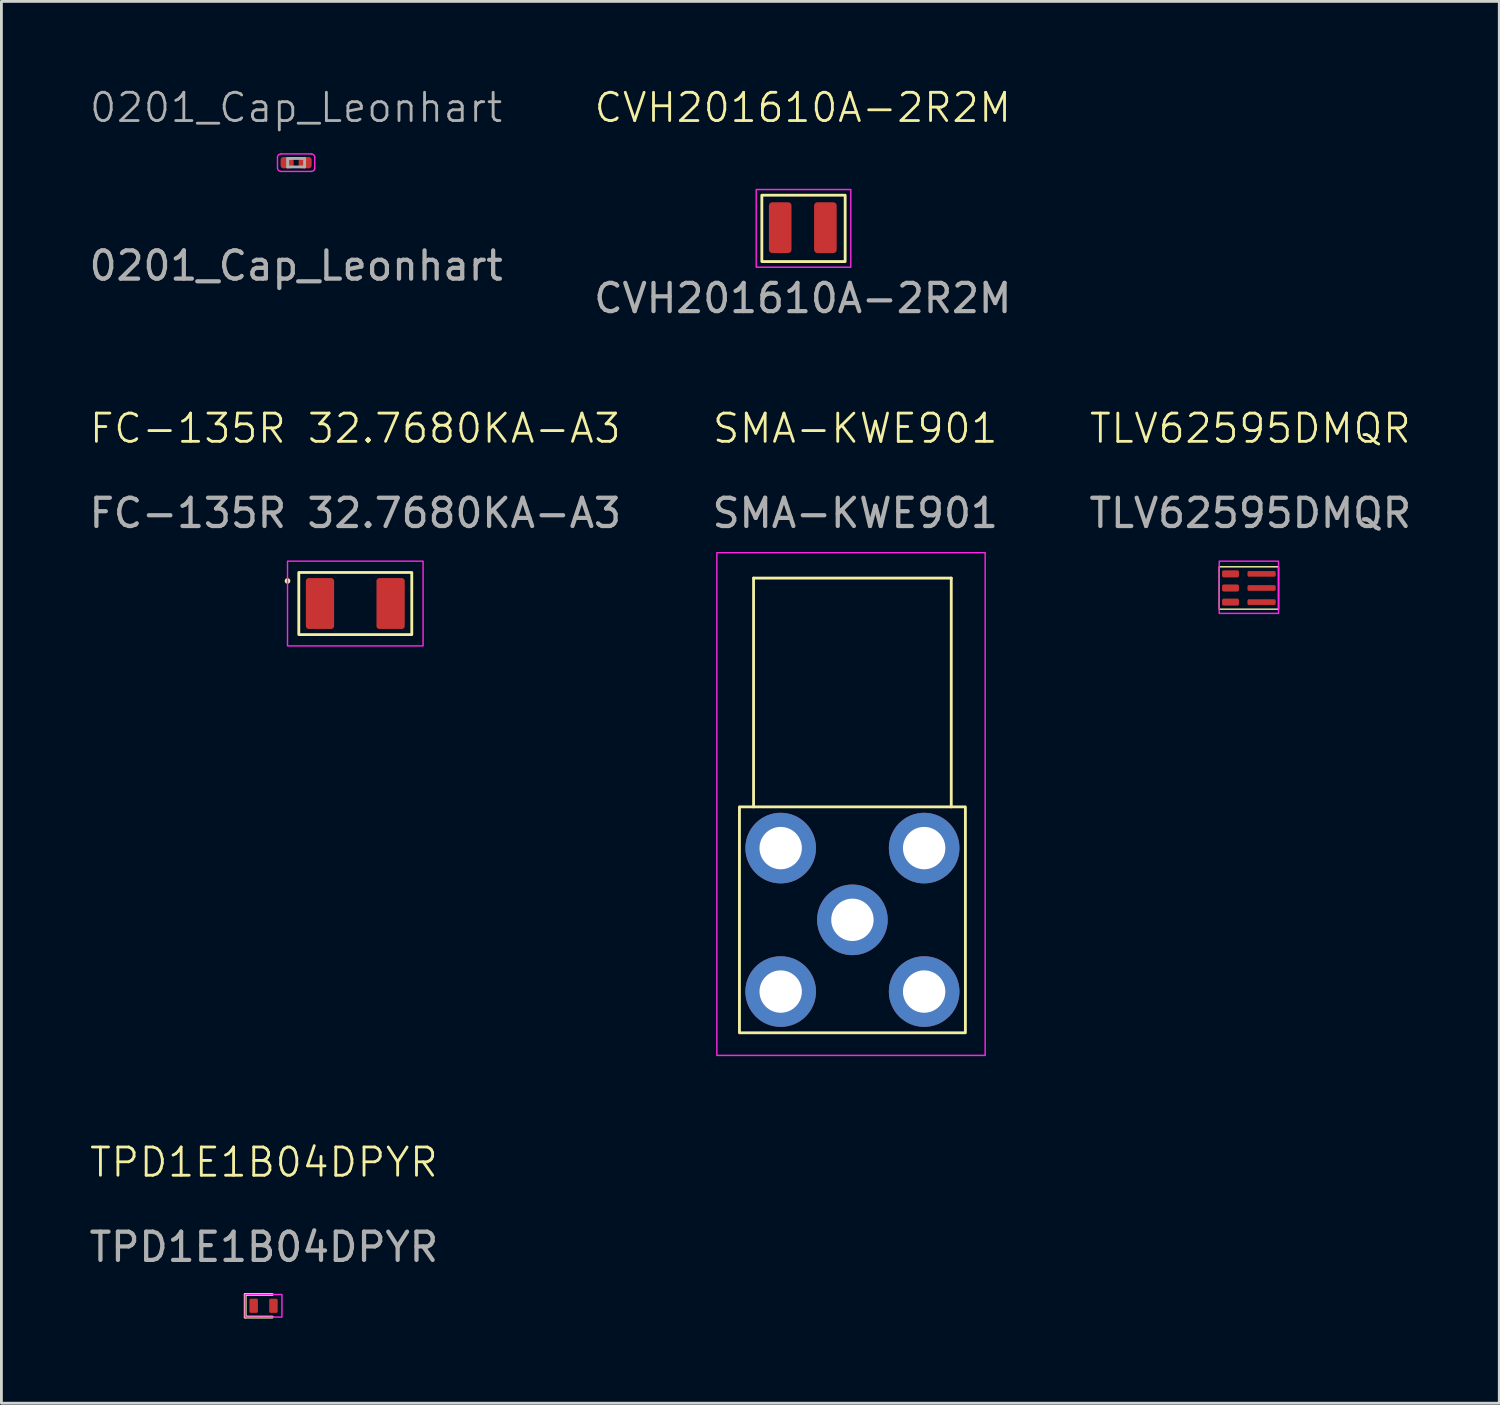
<source format=kicad_pcb>
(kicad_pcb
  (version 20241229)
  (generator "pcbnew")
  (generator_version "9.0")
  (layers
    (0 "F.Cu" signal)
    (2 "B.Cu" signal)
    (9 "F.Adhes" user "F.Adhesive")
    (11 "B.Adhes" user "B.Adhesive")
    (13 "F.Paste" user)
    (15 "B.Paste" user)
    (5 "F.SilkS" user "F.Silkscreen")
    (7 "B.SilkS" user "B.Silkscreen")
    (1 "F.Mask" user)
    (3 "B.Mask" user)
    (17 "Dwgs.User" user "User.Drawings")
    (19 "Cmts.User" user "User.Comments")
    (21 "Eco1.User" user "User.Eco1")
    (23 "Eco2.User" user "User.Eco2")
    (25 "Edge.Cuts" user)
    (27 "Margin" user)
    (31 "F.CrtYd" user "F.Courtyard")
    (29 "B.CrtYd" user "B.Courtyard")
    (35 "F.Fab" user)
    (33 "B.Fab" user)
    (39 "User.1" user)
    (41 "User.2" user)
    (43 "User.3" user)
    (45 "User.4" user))
  (footprint "SMA-KWE901"
    (layer "F.Cu")
    (at 27.132 29.519)
    (property "Reference" "SMA-KWE901" (at 0.1 -17.4 0) (unlocked yes) (layer "F.SilkS") (effects (font (size 1 1) (thickness 0.1))))
    (attr smd)
    (fp_line (start -3.5 -12.1) (end 3.5 -12.1) (stroke (width 0.1) (type default)) (layer "F.SilkS"))
    (fp_line (start -3.5 -4) (end -3.5 -12.1) (stroke (width 0.1) (type default)) (layer "F.SilkS"))
    (fp_line (start 3.5 -4) (end 3.5 -12.1) (stroke (width 0.1) (type default)) (layer "F.SilkS"))
    (fp_rect (start -4 -4) (end 4 4) (stroke (width 0.1) (type solid)) (fill no) (layer "F.SilkS"))
    (fp_rect (start -4.8 -13) (end 4.7 4.8) (stroke (width 0.05) (type default)) (fill no) (layer "F.CrtYd"))
    (fp_text user "${REFERENCE}" (at 0.1 -14.4 0) (unlocked yes) (layer "F.Fab") (effects (font (size 1 1) (thickness 0.15))))
    (pad "1" thru_hole circle (at -2.54 -2.54) (size 2.5 2.5) (drill 1.5) (layers "*.Cu" "*.Mask"))
    (pad "2" thru_hole circle (at 2.54 -2.54) (size 2.5 2.5) (drill 1.5) (layers "*.Cu" "*.Mask"))
    (pad "3" thru_hole circle (at 2.54 2.54) (size 2.5 2.5) (drill 1.5) (layers "*.Cu" "*.Mask"))
    (pad "4" thru_hole circle (at -2.54 2.54) (size 2.5 2.5) (drill 1.5) (layers "*.Cu" "*.Mask"))
    (pad "5" thru_hole circle (at 0 0) (size 2.5 2.5) (drill 1.5) (layers "*.Cu" "*.Mask")))
  (footprint "TLV62595DMQR"
    (layer "F.Cu")
    (at 41.22 17.769)
    (property "Reference" "TLV62595DMQR" (at 0 -5.65 0) (unlocked yes) (layer "F.SilkS") (effects (font (size 1 1) (thickness 0.1))))
    (attr smd)
    (fp_rect (start -1.1 -0.75) (end 1 0.75) (stroke (width 0.05) (type solid)) (fill no) (layer "F.SilkS"))
    (fp_rect (start -1.1 -0.95) (end 1 0.9) (stroke (width 0.05) (type solid)) (fill no) (layer "F.CrtYd"))
    (fp_text user "${REFERENCE}" (at 0 -2.65 0) (unlocked yes) (layer "F.Fab") (effects (font (size 1 1) (thickness 0.15))))
    (pad "1" smd roundrect (at -0.7 -0.5) (size 0.6 0.25) (layers "F.Cu" "F.Mask" "F.Paste") (roundrect_rratio 0.25))
    (pad "2" smd roundrect (at -0.7 0) (size 0.6 0.25) (layers "F.Cu" "F.Mask" "F.Paste") (roundrect_rratio 0.25))
    (pad "3" smd roundrect (at -0.7 0.5) (size 0.6 0.25) (layers "F.Cu" "F.Mask" "F.Paste") (roundrect_rratio 0.25))
    (pad "4" smd roundrect (at 0.4 -0.5) (size 1 0.2) (layers "F.Cu" "F.Mask" "F.Paste") (roundrect_rratio 0.25))
    (pad "5" smd roundrect (at 0.4 0) (size 1 0.2) (layers "F.Cu" "F.Mask" "F.Paste") (roundrect_rratio 0.25))
    (pad "6" smd roundrect (at 0.4 0.5) (size 1 0.2) (layers "F.Cu" "F.Mask" "F.Paste") (roundrect_rratio 0.25)))
  (footprint "0201_Cap_Leonhart"
    (layer "F.Cu")
    (at 7.435 2.66)
    (property "Reference" "0201_Cap_Leonhart" (at 0 -1.9 0) (unlocked yes) (layer "F.Fab") (effects (font (size 1 1) (thickness 0.1))))
    (attr smd)
    (fp_line (start -0.66 0.24) (end -0.66 -0.14) (stroke (width 0.05) (type solid)) (layer "F.CrtYd"))
    (fp_line (start -0.54 -0.26) (end 0.54 -0.26) (stroke (width 0.05) (type solid)) (layer "F.CrtYd"))
    (fp_line (start 0.54 0.36) (end -0.54 0.36) (stroke (width 0.05) (type solid)) (layer "F.CrtYd"))
    (fp_line (start 0.66 -0.14) (end 0.66 0.24) (stroke (width 0.05) (type solid)) (layer "F.CrtYd"))
    (fp_arc (start -0.66 -0.14) (mid -0.624853 -0.224853) (end -0.54 -0.26) (stroke (width 0.05) (type default)) (layer "F.CrtYd"))
    (fp_arc (start -0.54 0.36) (mid -0.624853 0.324853) (end -0.66 0.24) (stroke (width 0.05) (type default)) (layer "F.CrtYd"))
    (fp_arc (start 0.54 -0.26) (mid 0.624853 -0.224853) (end 0.66 -0.14) (stroke (width 0.05) (type default)) (layer "F.CrtYd"))
    (fp_arc (start 0.66 0.24) (mid 0.624853 0.324853) (end 0.54 0.36) (stroke (width 0.05) (type default)) (layer "F.CrtYd"))
    (fp_line (start -0.3 -0.1) (end 0.3 -0.1) (stroke (width 0.1) (type solid)) (layer "F.Fab"))
    (fp_line (start -0.3 0.2) (end -0.3 -0.1) (stroke (width 0.1) (type solid)) (layer "F.Fab"))
    (fp_line (start 0.3 -0.1) (end 0.3 0.2) (stroke (width 0.1) (type solid)) (layer "F.Fab"))
    (fp_line (start 0.3 0.2) (end -0.3 0.2) (stroke (width 0.1) (type solid)) (layer "F.Fab"))
    (fp_text user "${REFERENCE}" (at 0 3.7 0) (unlocked yes) (layer "F.Fab") (effects (font (size 1 1) (thickness 0.15))))
    (pad "" smd roundrect (at -0.345 0.05) (size 0.318 0.36) (layers "F.Paste") (roundrect_rratio 0.25))
    (pad "" smd roundrect (at 0.345 0.05) (size 0.318 0.36) (layers "F.Paste") (roundrect_rratio 0.25))
    (pad "1" smd roundrect (at -0.32 0.05) (size 0.46 0.4) (layers "F.Cu" "F.Mask") (roundrect_rratio 0.25))
    (pad "2" smd roundrect (at 0.32 0.05) (size 0.46 0.4) (layers "F.Cu" "F.Mask") (roundrect_rratio 0.25)))
  (footprint "TPD1E1B04DPYR"
    (layer "F.Cu")
    (at 6.282 43.185)
    (property "Reference" "TPD1E1B04DPYR" (at 0.01 -5.08 0) (unlocked yes) (layer "F.SilkS") (effects (font (size 1 1) (thickness 0.1))))
    (attr smd)
    (fp_line (start -0.65 -0.4) (end -0.65 0.4) (stroke (width 0.1) (type default)) (layer "F.SilkS"))
    (fp_line (start -0.65 0.4) (end 0.31 0.4) (stroke (width 0.1) (type default)) (layer "F.SilkS"))
    (fp_line (start 0.31 -0.4) (end -0.65 -0.4) (stroke (width 0.1) (type default)) (layer "F.SilkS"))
    (fp_rect (start -0.65 -0.4) (end 0.65 0.4) (stroke (width 0.05) (type default)) (fill no) (layer "F.CrtYd"))
    (fp_text user "${REFERENCE}" (at 0.01 -2.08 0) (unlocked yes) (layer "F.Fab") (effects (font (size 1 1) (thickness 0.15))))
    (pad "1" smd roundrect (at -0.35 0 180) (size 0.3 0.5) (layers "F.Cu" "F.Mask" "F.Paste") (roundrect_rratio 0.15))
    (pad "2" smd roundrect (at 0.35 0 180) (size 0.3 0.5) (layers "F.Cu" "F.Mask" "F.Paste") (roundrect_rratio 0.15)))
  (footprint "CVH201610A-2R2M"
    (layer "F.Cu")
    (at 25.375 5.011)
    (property "Reference" "CVH201610A-2R2M" (at 0 -4.25 0) (unlocked yes) (layer "F.SilkS") (effects (font (size 1 1) (thickness 0.1))))
    (attr smd)
    (fp_rect (start -1.45 -1.15) (end 1.5 1.2) (stroke (width 0.1) (type default)) (fill no) (layer "F.SilkS"))
    (fp_rect (start -1.65 -1.35) (end 1.7 1.4) (stroke (width 0.05) (type default)) (fill no) (layer "F.CrtYd"))
    (fp_text user "${REFERENCE}" (at 0 2.5 0) (unlocked yes) (layer "F.Fab") (effects (font (size 1 1) (thickness 0.15))))
    (pad "1" smd roundrect (at -0.8 0 90) (size 1.8 0.8) (layers "F.Cu" "F.Mask" "F.Paste") (roundrect_rratio 0.15))
    (pad "2" smd roundrect (at 0.8 0 90) (size 1.8 0.8) (layers "F.Cu" "F.Mask" "F.Paste") (roundrect_rratio 0.15)))
  (footprint "FC-135R 32.7680KA-A3"
    (layer "F.Cu")
    (at 9.53 18.319)
    (property "Reference" "FC-135R 32.7680KA-A3" (at 0 -6.2 0) (unlocked yes) (layer "F.SilkS") (effects (font (size 1 1) (thickness 0.1))))
    (attr smd)
    (fp_rect (start -2 -1.1) (end 2 1.1) (stroke (width 0.1) (type default)) (fill no) (layer "F.SilkS"))
    (fp_circle (center -2.4 -0.8) (end -2.35 -0.8) (stroke (width 0.1) (type solid)) (fill no) (layer "F.SilkS"))
    (fp_rect (start -2.4 -1.5) (end 2.4 1.5) (stroke (width 0.05) (type default)) (fill no) (layer "F.CrtYd"))
    (fp_text user "${REFERENCE}" (at 0 -3.2 0) (unlocked yes) (layer "F.Fab") (effects (font (size 1 1) (thickness 0.15))))
    (pad "1" smd roundrect (at -1.25 0) (size 1 1.8) (layers "F.Cu" "F.Mask" "F.Paste") (roundrect_rratio 0.1))
    (pad "2" smd roundrect (at 1.25 0) (size 1 1.8) (layers "F.Cu" "F.Mask" "F.Paste") (roundrect_rratio 0.1)))
  (gr_rect
    (start -3 -3)
    (end 50.036 46.635)
    (stroke (width 0.1) (type default))
    (fill no)
    (layer "Edge.Cuts")))
</source>
